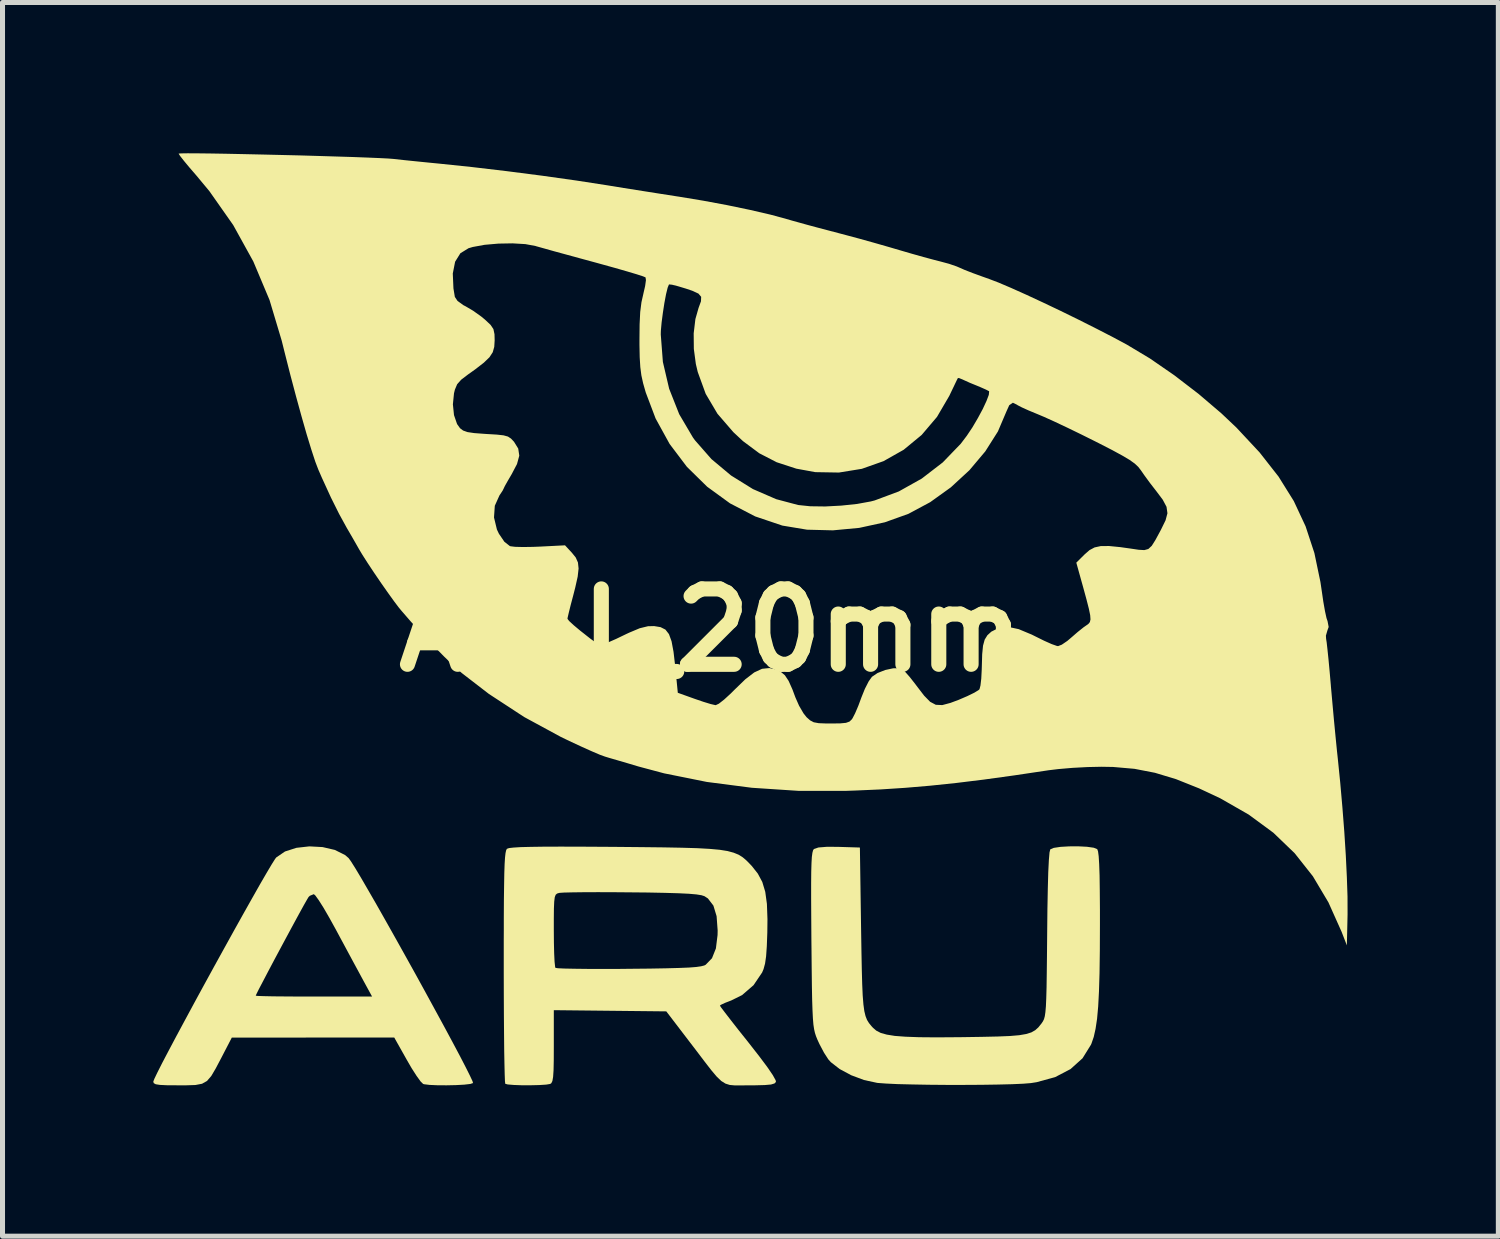
<source format=kicad_pcb>
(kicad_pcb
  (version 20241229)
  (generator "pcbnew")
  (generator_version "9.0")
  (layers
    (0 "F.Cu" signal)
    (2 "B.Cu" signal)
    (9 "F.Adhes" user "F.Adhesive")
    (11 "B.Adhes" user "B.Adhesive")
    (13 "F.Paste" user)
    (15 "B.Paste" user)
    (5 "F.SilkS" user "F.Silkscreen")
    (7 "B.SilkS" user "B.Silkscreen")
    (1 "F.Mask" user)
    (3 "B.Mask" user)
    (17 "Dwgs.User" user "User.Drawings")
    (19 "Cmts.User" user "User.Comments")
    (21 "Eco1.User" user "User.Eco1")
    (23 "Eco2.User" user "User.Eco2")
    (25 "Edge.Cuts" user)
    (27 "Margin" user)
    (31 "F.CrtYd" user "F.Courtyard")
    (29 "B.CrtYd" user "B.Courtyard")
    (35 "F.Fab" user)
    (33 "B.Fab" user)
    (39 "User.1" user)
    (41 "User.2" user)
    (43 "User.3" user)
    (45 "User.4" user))
  (footprint "ARU_20mm"
    (layer "F.Cu")
    (at 11.093 9.489)
    (property "Reference" "ARU_20mm" (at 0 0 0) (layer "F.SilkS") (effects (font (size 1.5 1.5) (thickness 0.3))))
    (attr board_only exclude_from_pos_files exclude_from_bom)
    (fp_poly (pts (xy -7.725 4.315) (xy -7.48 4.372) (xy -7.278 4.473) (xy -7.207 4.534) (xy -7.16 4.599) (xy -7.076 4.732) (xy -6.961 4.924) (xy -6.82 5.167) (xy -6.656 5.451) (xy -6.476 5.769) (xy -6.283 6.112) (xy -6.083 6.47) (xy -5.88 6.835) (xy -5.68 7.199) (xy -5.487 7.553) (xy -5.305 7.887) (xy -5.14 8.194) (xy -4.996 8.465) (xy -4.879 8.691) (xy -4.793 8.863) (xy -4.742 8.972) (xy -4.731 9.01) (xy -4.785 9.028) (xy -4.906 9.042) (xy -5.071 9.051) (xy -5.256 9.055) (xy -5.439 9.054) (xy -5.595 9.047) (xy -5.703 9.034) (xy -5.724 9.028) (xy -5.774 8.979) (xy -5.855 8.867) (xy -5.955 8.711) (xy -6.047 8.552) (xy -6.299 8.104) (xy -7.915 8.105) (xy -9.531 8.106) (xy -9.734 8.498) (xy -9.85 8.718) (xy -9.94 8.871) (xy -10.025 8.969) (xy -10.123 9.024) (xy -10.254 9.049) (xy -10.435 9.055) (xy -10.595 9.055) (xy -10.815 9.054) (xy -10.96 9.047) (xy -11.044 9.034) (xy -11.084 9.012) (xy -11.093 8.981) (xy -11.071 8.924) (xy -11.01 8.797) (xy -10.915 8.609) (xy -10.789 8.369) (xy -10.639 8.086) (xy -10.468 7.768) (xy -10.283 7.425) (xy -10.2 7.272) (xy -9.055 7.272) (xy -9.012 7.277) (xy -8.89 7.281) (xy -8.702 7.285) (xy -8.459 7.287) (xy -8.173 7.289) (xy -7.898 7.289) (xy -6.74 7.289) (xy -6.919 6.961) (xy -7.002 6.807) (xy -7.117 6.595) (xy -7.25 6.348) (xy -7.39 6.088) (xy -7.468 5.943) (xy -7.593 5.717) (xy -7.706 5.522) (xy -7.801 5.372) (xy -7.869 5.278) (xy -7.899 5.252) (xy -7.978 5.284) (xy -8.004 5.309) (xy -8.035 5.361) (xy -8.101 5.477) (xy -8.194 5.646) (xy -8.306 5.852) (xy -8.431 6.084) (xy -8.561 6.326) (xy -8.69 6.567) (xy -8.809 6.792) (xy -8.912 6.989) (xy -8.993 7.143) (xy -9.042 7.242) (xy -9.055 7.272) (xy -10.2 7.272) (xy -10.087 7.065) (xy -9.886 6.698) (xy -9.684 6.332) (xy -9.487 5.976) (xy -9.299 5.639) (xy -9.125 5.33) (xy -8.971 5.058) (xy -8.84 4.832) (xy -8.738 4.66) (xy -8.67 4.552) (xy -8.646 4.521) (xy -8.473 4.403) (xy -8.246 4.33) (xy -7.988 4.301)) (stroke (width 0) (type solid)) (fill yes) (layer "F.SilkS"))
    (fp_poly (pts (xy 7.485 4.309) (xy 7.619 4.328) (xy 7.688 4.356) (xy 7.704 4.399) (xy 7.717 4.496) (xy 7.727 4.655) (xy 7.735 4.881) (xy 7.739 5.18) (xy 7.742 5.559) (xy 7.742 5.862) (xy 7.74 6.382) (xy 7.734 6.821) (xy 7.723 7.186) (xy 7.707 7.487) (xy 7.685 7.732) (xy 7.655 7.931) (xy 7.619 8.092) (xy 7.574 8.223) (xy 7.563 8.248) (xy 7.396 8.517) (xy 7.157 8.732) (xy 6.851 8.892) (xy 6.482 8.993) (xy 6.367 9.011) (xy 6.218 9.023) (xy 5.995 9.033) (xy 5.714 9.04) (xy 5.391 9.045) (xy 5.043 9.047) (xy 4.685 9.047) (xy 4.334 9.044) (xy 4.006 9.038) (xy 3.717 9.031) (xy 3.484 9.02) (xy 3.322 9.008) (xy 3.307 9.006) (xy 3.049 8.95) (xy 2.792 8.854) (xy 2.563 8.731) (xy 2.387 8.594) (xy 2.338 8.539) (xy 2.252 8.406) (xy 2.162 8.236) (xy 2.119 8.143) (xy 2.093 8.078) (xy 2.072 8.014) (xy 2.055 7.939) (xy 2.041 7.845) (xy 2.031 7.722) (xy 2.023 7.56) (xy 2.016 7.35) (xy 2.011 7.082) (xy 2.007 6.746) (xy 2.003 6.333) (xy 2.001 6.154) (xy 1.998 5.703) (xy 1.996 5.333) (xy 1.996 5.038) (xy 1.998 4.808) (xy 2.003 4.636) (xy 2.01 4.512) (xy 2.021 4.43) (xy 2.034 4.38) (xy 2.051 4.354) (xy 2.052 4.353) (xy 2.141 4.323) (xy 2.316 4.309) (xy 2.542 4.311) (xy 2.966 4.324) (xy 2.99 5.954) (xy 2.997 6.395) (xy 3.004 6.755) (xy 3.012 7.043) (xy 3.022 7.27) (xy 3.036 7.445) (xy 3.054 7.578) (xy 3.078 7.677) (xy 3.108 7.754) (xy 3.147 7.817) (xy 3.195 7.876) (xy 3.226 7.91) (xy 3.292 7.967) (xy 3.379 8.012) (xy 3.499 8.046) (xy 3.66 8.072) (xy 3.872 8.088) (xy 4.145 8.098) (xy 4.487 8.101) (xy 4.908 8.098) (xy 5.003 8.097) (xy 5.395 8.091) (xy 5.708 8.084) (xy 5.952 8.074) (xy 6.138 8.058) (xy 6.276 8.034) (xy 6.378 8.002) (xy 6.455 7.958) (xy 6.517 7.902) (xy 6.575 7.83) (xy 6.584 7.818) (xy 6.608 7.782) (xy 6.629 7.739) (xy 6.645 7.681) (xy 6.657 7.599) (xy 6.667 7.483) (xy 6.674 7.323) (xy 6.68 7.111) (xy 6.684 6.836) (xy 6.688 6.49) (xy 6.692 6.063) (xy 6.692 6.054) (xy 6.697 5.554) (xy 6.705 5.139) (xy 6.714 4.811) (xy 6.726 4.572) (xy 6.739 4.421) (xy 6.754 4.36) (xy 6.823 4.331) (xy 6.956 4.311) (xy 7.127 4.301) (xy 7.312 4.3)) (stroke (width 0) (type solid)) (fill yes) (layer "F.SilkS"))
    (fp_poly (pts (xy -2.567 4.307) (xy -2.07 4.31) (xy -1.916 4.311) (xy -1.388 4.316) (xy -0.943 4.321) (xy -0.573 4.328) (xy -0.268 4.337) (xy -0.021 4.351) (xy 0.177 4.369) (xy 0.333 4.394) (xy 0.455 4.427) (xy 0.553 4.467) (xy 0.634 4.518) (xy 0.706 4.579) (xy 0.778 4.652) (xy 0.814 4.69) (xy 0.935 4.843) (xy 1.024 5.009) (xy 1.083 5.205) (xy 1.116 5.446) (xy 1.127 5.75) (xy 1.124 6.014) (xy 1.114 6.287) (xy 1.1 6.487) (xy 1.079 6.633) (xy 1.049 6.743) (xy 1.021 6.81) (xy 0.85 7.063) (xy 0.622 7.26) (xy 0.408 7.366) (xy 0.282 7.415) (xy 0.199 7.454) (xy 0.181 7.47) (xy 0.208 7.511) (xy 0.284 7.611) (xy 0.399 7.76) (xy 0.545 7.947) (xy 0.715 8.16) (xy 0.752 8.207) (xy 0.96 8.473) (xy 1.122 8.689) (xy 1.233 8.852) (xy 1.29 8.955) (xy 1.296 8.988) (xy 1.267 9.018) (xy 1.198 9.039) (xy 1.074 9.05) (xy 0.882 9.055) (xy 0.767 9.055) (xy 0.604 9.057) (xy 0.477 9.057) (xy 0.377 9.048) (xy 0.291 9.021) (xy 0.208 8.969) (xy 0.118 8.883) (xy 0.01 8.755) (xy -0.128 8.577) (xy -0.307 8.341) (xy -0.419 8.195) (xy -0.886 7.584) (xy -2.005 7.572) (xy -3.124 7.56) (xy -3.124 8.28) (xy -3.125 8.556) (xy -3.129 8.754) (xy -3.138 8.887) (xy -3.152 8.969) (xy -3.173 9.012) (xy -3.196 9.028) (xy -3.275 9.041) (xy -3.413 9.05) (xy -3.583 9.054) (xy -3.761 9.054) (xy -3.922 9.048) (xy -4.04 9.038) (xy -4.09 9.025) (xy -4.096 8.975) (xy -4.101 8.843) (xy -4.106 8.638) (xy -4.111 8.369) (xy -4.114 8.043) (xy -4.117 7.671) (xy -4.119 7.26) (xy -4.12 6.818) (xy -4.12 6.699) (xy -4.12 6.174) (xy -4.119 5.97) (xy -3.124 5.97) (xy -3.122 6.216) (xy -3.117 6.43) (xy -3.109 6.595) (xy -3.098 6.696) (xy -3.092 6.718) (xy -3.04 6.726) (xy -2.909 6.732) (xy -2.709 6.736) (xy -2.453 6.739) (xy -2.15 6.74) (xy -1.813 6.739) (xy -1.631 6.737) (xy -1.219 6.733) (xy -0.889 6.727) (xy -0.63 6.72) (xy -0.434 6.712) (xy -0.292 6.701) (xy -0.194 6.687) (xy -0.131 6.671) (xy -0.102 6.656) (xy 0.023 6.527) (xy 0.101 6.332) (xy 0.134 6.065) (xy 0.136 5.976) (xy 0.115 5.69) (xy 0.051 5.479) (xy -0.058 5.337) (xy -0.127 5.292) (xy -0.186 5.273) (xy -0.285 5.257) (xy -0.433 5.244) (xy -0.638 5.234) (xy -0.91 5.226) (xy -1.257 5.219) (xy -1.583 5.216) (xy -1.926 5.213) (xy -2.244 5.212) (xy -2.523 5.213) (xy -2.752 5.216) (xy -2.919 5.22) (xy -3.01 5.226) (xy -3.02 5.228) (xy -3.059 5.24) (xy -3.087 5.264) (xy -3.105 5.312) (xy -3.116 5.4) (xy -3.122 5.539) (xy -3.124 5.744) (xy -3.124 5.97) (xy -4.119 5.97) (xy -4.119 5.732) (xy -4.117 5.366) (xy -4.113 5.07) (xy -4.109 4.836) (xy -4.103 4.657) (xy -4.095 4.527) (xy -4.085 4.437) (xy -4.073 4.381) (xy -4.059 4.352) (xy -4.055 4.349) (xy -4.015 4.335) (xy -3.928 4.325) (xy -3.786 4.316) (xy -3.586 4.311) (xy -3.319 4.307) (xy -2.982 4.306)) (stroke (width 0) (type solid)) (fill yes) (layer "F.SilkS"))
    (fp_poly (pts (xy -10.212 -9.488) (xy -9.956 -9.485) (xy -9.652 -9.48) (xy -9.313 -9.473) (xy -8.948 -9.465) (xy -8.569 -9.456) (xy -8.186 -9.447) (xy -7.811 -9.436) (xy -7.453 -9.425) (xy -7.124 -9.415) (xy -6.835 -9.404) (xy -6.597 -9.394) (xy -6.42 -9.385) (xy -6.316 -9.377) (xy -6.117 -9.355) (xy -5.864 -9.329) (xy -5.595 -9.302) (xy -5.411 -9.284) (xy -4.758 -9.216) (xy -4.063 -9.134) (xy -3.357 -9.043) (xy -2.675 -8.947) (xy -2.06 -8.852) (xy -1.736 -8.799) (xy -1.369 -8.741) (xy -1.002 -8.683) (xy -0.675 -8.632) (xy -0.634 -8.626) (xy -0.151 -8.546) (xy 0.327 -8.457) (xy 0.778 -8.363) (xy 1.18 -8.27) (xy 1.471 -8.192) (xy 1.622 -8.148) (xy 1.763 -8.109) (xy 1.914 -8.067) (xy 2.092 -8.019) (xy 2.316 -7.96) (xy 2.604 -7.884) (xy 2.717 -7.854) (xy 2.96 -7.789) (xy 3.25 -7.708) (xy 3.547 -7.623) (xy 3.758 -7.561) (xy 3.998 -7.491) (xy 4.232 -7.425) (xy 4.433 -7.371) (xy 4.573 -7.335) (xy 4.74 -7.29) (xy 4.891 -7.238) (xy 4.954 -7.211) (xy 5.052 -7.168) (xy 5.211 -7.106) (xy 5.406 -7.035) (xy 5.541 -6.987) (xy 5.724 -6.917) (xy 5.973 -6.811) (xy 6.272 -6.677) (xy 6.606 -6.522) (xy 6.961 -6.353) (xy 7.322 -6.176) (xy 7.674 -5.999) (xy 8.002 -5.83) (xy 8.276 -5.683) (xy 8.738 -5.406) (xy 9.222 -5.072) (xy 9.704 -4.702) (xy 10.158 -4.315) (xy 10.459 -4.03) (xy 10.918 -3.538) (xy 11.296 -3.056) (xy 11.599 -2.57) (xy 11.834 -2.067) (xy 12.009 -1.535) (xy 12.129 -0.96) (xy 12.156 -0.778) (xy 12.187 -0.565) (xy 12.22 -0.378) (xy 12.25 -0.241) (xy 12.271 -0.18) (xy 12.293 -0.064) (xy 12.269 0.002) (xy 12.238 0.108) (xy 12.242 0.171) (xy 12.253 0.24) (xy 12.269 0.382) (xy 12.29 0.584) (xy 12.313 0.83) (xy 12.337 1.103) (xy 12.337 1.109) (xy 12.366 1.433) (xy 12.397 1.776) (xy 12.429 2.108) (xy 12.458 2.4) (xy 12.475 2.558) (xy 12.523 3.032) (xy 12.566 3.522) (xy 12.604 4.01) (xy 12.634 4.481) (xy 12.655 4.915) (xy 12.668 5.297) (xy 12.669 5.61) (xy 12.669 5.66) (xy 12.655 6.271) (xy 12.55 6) (xy 12.288 5.415) (xy 11.979 4.896) (xy 11.616 4.437) (xy 11.193 4.03) (xy 10.701 3.668) (xy 10.135 3.344) (xy 9.715 3.147) (xy 9.257 2.964) (xy 8.837 2.837) (xy 8.429 2.758) (xy 8.004 2.721) (xy 7.771 2.717) (xy 7.493 2.723) (xy 7.194 2.739) (xy 6.915 2.763) (xy 6.724 2.786) (xy 6.042 2.888) (xy 5.433 2.972) (xy 4.879 3.04) (xy 4.362 3.094) (xy 3.868 3.136) (xy 3.378 3.168) (xy 2.876 3.19) (xy 2.671 3.197) (xy 1.739 3.196) (xy 0.816 3.135) (xy -0.079 3.019) (xy -0.929 2.848) (xy -1.438 2.712) (xy -1.656 2.647) (xy -1.861 2.587) (xy -2.026 2.539) (xy -2.105 2.515) (xy -2.207 2.478) (xy -2.371 2.408) (xy -2.58 2.314) (xy -2.817 2.204) (xy -2.988 2.121) (xy -3.714 1.727) (xy -4.417 1.267) (xy -4.954 0.853) (xy -5.111 0.713) (xy -5.309 0.522) (xy -5.529 0.298) (xy -5.755 0.061) (xy -5.969 -0.172) (xy -6.152 -0.383) (xy -6.21 -0.453) (xy -6.299 -0.571) (xy -6.42 -0.739) (xy -6.559 -0.937) (xy -6.7 -1.144) (xy -6.83 -1.34) (xy -6.934 -1.503) (xy -6.997 -1.608) (xy -7.043 -1.689) (xy -7.119 -1.822) (xy -7.213 -1.984) (xy -7.243 -2.035) (xy -7.396 -2.314) (xy -7.559 -2.641) (xy -7.739 -3.034) (xy -7.808 -3.192) (xy -7.87 -3.354) (xy -7.948 -3.592) (xy -8.041 -3.896) (xy -8.143 -4.253) (xy -8.253 -4.653) (xy -8.367 -5.083) (xy -8.481 -5.532) (xy -8.538 -5.761) (xy -8.78 -6.569) (xy -9.002 -7.097) (xy -5.134 -7.097) (xy -5.121 -6.8) (xy -5.093 -6.631) (xy -5.04 -6.552) (xy -4.925 -6.468) (xy -4.88 -6.445) (xy -4.729 -6.356) (xy -4.565 -6.239) (xy -4.494 -6.18) (xy -4.383 -6.076) (xy -4.326 -5.992) (xy -4.304 -5.889) (xy -4.301 -5.767) (xy -4.309 -5.638) (xy -4.339 -5.531) (xy -4.404 -5.431) (xy -4.516 -5.323) (xy -4.685 -5.192) (xy -4.831 -5.088) (xy -4.967 -4.984) (xy -5.047 -4.894) (xy -5.092 -4.787) (xy -5.11 -4.714) (xy -5.132 -4.494) (xy -5.11 -4.28) (xy -5.049 -4.102) (xy -4.99 -4.019) (xy -4.929 -3.973) (xy -4.842 -3.942) (xy -4.708 -3.922) (xy -4.507 -3.907) (xy -4.462 -3.904) (xy -4.259 -3.892) (xy -4.124 -3.877) (xy -4.037 -3.853) (xy -3.976 -3.813) (xy -3.919 -3.753) (xy -3.915 -3.748) (xy -3.832 -3.614) (xy -3.811 -3.473) (xy -3.856 -3.307) (xy -3.962 -3.105) (xy -4.041 -2.97) (xy -4.098 -2.869) (xy -4.12 -2.823) (xy -4.12 -2.822) (xy -4.143 -2.776) (xy -4.2 -2.69) (xy -4.206 -2.681) (xy -4.298 -2.476) (xy -4.314 -2.243) (xy -4.256 -2.003) (xy -4.216 -1.919) (xy -4.107 -1.759) (xy -4 -1.675) (xy -3.984 -1.67) (xy -3.893 -1.659) (xy -3.736 -1.655) (xy -3.538 -1.658) (xy -3.386 -1.664) (xy -2.901 -1.689) (xy -2.764 -1.541) (xy -2.688 -1.447) (xy -2.644 -1.348) (xy -2.631 -1.227) (xy -2.649 -1.066) (xy -2.698 -0.847) (xy -2.739 -0.687) (xy -2.788 -0.502) (xy -2.826 -0.349) (xy -2.849 -0.25) (xy -2.852 -0.226) (xy -2.819 -0.183) (xy -2.729 -0.1) (xy -2.6 0.008) (xy -2.53 0.063) (xy -2.401 0.165) (xy -2.306 0.234) (xy -2.226 0.269) (xy -2.141 0.271) (xy -2.034 0.239) (xy -1.884 0.173) (xy -1.674 0.072) (xy -1.622 0.048) (xy -1.415 -0.039) (xy -1.251 -0.079) (xy -1.128 -0.082) (xy -1 -0.061) (xy -0.903 -0.012) (xy -0.833 0.078) (xy -0.781 0.221) (xy -0.742 0.431) (xy -0.71 0.705) (xy -0.657 1.245) (xy -0.317 1.367) (xy -0.147 1.425) (xy -0.003 1.469) (xy 0.088 1.49) (xy 0.098 1.491) (xy 0.16 1.462) (xy 0.266 1.379) (xy 0.397 1.259) (xy 0.473 1.183) (xy 0.686 0.977) (xy 0.864 0.84) (xy 1.019 0.768) (xy 1.165 0.753) (xy 1.284 0.779) (xy 1.39 0.826) (xy 1.474 0.897) (xy 1.548 1.009) (xy 1.624 1.179) (xy 1.682 1.335) (xy 1.756 1.503) (xy 1.844 1.654) (xy 1.905 1.731) (xy 1.976 1.794) (xy 2.048 1.832) (xy 2.148 1.85) (xy 2.301 1.856) (xy 2.391 1.856) (xy 2.574 1.854) (xy 2.689 1.843) (xy 2.759 1.818) (xy 2.805 1.774) (xy 2.821 1.75) (xy 2.871 1.653) (xy 2.935 1.503) (xy 2.996 1.338) (xy 3.065 1.167) (xy 3.141 1.018) (xy 3.206 0.927) (xy 3.317 0.852) (xy 3.469 0.792) (xy 3.628 0.758) (xy 3.76 0.756) (xy 3.803 0.77) (xy 3.862 0.823) (xy 3.956 0.929) (xy 4.066 1.069) (xy 4.095 1.108) (xy 4.243 1.301) (xy 4.363 1.424) (xy 4.476 1.484) (xy 4.605 1.49) (xy 4.769 1.446) (xy 4.932 1.385) (xy 5.104 1.311) (xy 5.245 1.242) (xy 5.332 1.188) (xy 5.346 1.173) (xy 5.365 1.1) (xy 5.381 0.963) (xy 5.39 0.786) (xy 5.392 0.724) (xy 5.399 0.48) (xy 5.416 0.307) (xy 5.449 0.187) (xy 5.503 0.1) (xy 5.582 0.028) (xy 5.585 0.027) (xy 5.737 -0.05) (xy 5.913 -0.067) (xy 6.126 -0.021) (xy 6.387 0.088) (xy 6.461 0.125) (xy 6.633 0.21) (xy 6.781 0.276) (xy 6.883 0.312) (xy 6.908 0.317) (xy 6.983 0.288) (xy 7.092 0.214) (xy 7.171 0.147) (xy 7.299 0.036) (xy 7.418 -0.059) (xy 7.47 -0.095) (xy 7.514 -0.127) (xy 7.542 -0.162) (xy 7.554 -0.215) (xy 7.548 -0.299) (xy 7.522 -0.426) (xy 7.475 -0.61) (xy 7.406 -0.863) (xy 7.374 -0.977) (xy 7.272 -1.344) (xy 7.438 -1.509) (xy 7.534 -1.593) (xy 7.635 -1.647) (xy 7.759 -1.674) (xy 7.924 -1.675) (xy 8.147 -1.653) (xy 8.354 -1.624) (xy 8.515 -1.6) (xy 8.626 -1.594) (xy 8.705 -1.616) (xy 8.773 -1.679) (xy 8.846 -1.795) (xy 8.944 -1.976) (xy 8.961 -2.009) (xy 9.048 -2.187) (xy 9.085 -2.327) (xy 9.067 -2.455) (xy 8.992 -2.596) (xy 8.862 -2.769) (xy 8.741 -2.925) (xy 8.626 -3.082) (xy 8.556 -3.183) (xy 8.505 -3.249) (xy 8.435 -3.315) (xy 8.333 -3.388) (xy 8.188 -3.474) (xy 7.988 -3.583) (xy 7.721 -3.72) (xy 7.648 -3.757) (xy 7.373 -3.894) (xy 7.099 -4.027) (xy 6.845 -4.147) (xy 6.633 -4.243) (xy 6.493 -4.302) (xy 6.324 -4.372) (xy 6.187 -4.434) (xy 6.104 -4.477) (xy 6.092 -4.486) (xy 6.01 -4.526) (xy 5.938 -4.477) (xy 5.884 -4.358) (xy 5.712 -3.954) (xy 5.461 -3.558) (xy 5.145 -3.183) (xy 4.775 -2.842) (xy 4.364 -2.547) (xy 3.931 -2.315) (xy 3.462 -2.147) (xy 2.953 -2.036) (xy 2.429 -1.987) (xy 1.914 -2) (xy 1.433 -2.08) (xy 1.422 -2.082) (xy 0.883 -2.264) (xy 0.382 -2.524) (xy -0.073 -2.855) (xy -0.476 -3.251) (xy -0.82 -3.706) (xy -1.099 -4.213) (xy -1.295 -4.731) (xy -1.347 -4.913) (xy -1.382 -5.072) (xy -1.403 -5.235) (xy -1.415 -5.428) (xy -1.42 -5.677) (xy -1.42 -5.773) (xy -1.419 -5.885) (xy -0.996 -5.885) (xy -0.954 -5.338) (xy -0.829 -4.804) (xy -0.629 -4.298) (xy -0.357 -3.836) (xy -0.315 -3.778) (xy 0.012 -3.405) (xy 0.403 -3.078) (xy 0.838 -2.808) (xy 1.301 -2.607) (xy 1.737 -2.491) (xy 1.978 -2.466) (xy 2.275 -2.462) (xy 2.595 -2.479) (xy 2.909 -2.512) (xy 3.183 -2.562) (xy 3.26 -2.582) (xy 3.74 -2.761) (xy 4.197 -3.017) (xy 4.614 -3.338) (xy 4.972 -3.709) (xy 5.092 -3.867) (xy 5.205 -4.036) (xy 5.313 -4.22) (xy 5.41 -4.4) (xy 5.485 -4.561) (xy 5.531 -4.683) (xy 5.538 -4.751) (xy 5.534 -4.756) (xy 5.475 -4.787) (xy 5.364 -4.836) (xy 5.297 -4.864) (xy 5.157 -4.921) (xy 5.042 -4.973) (xy 5.01 -4.988) (xy 4.938 -5.017) (xy 4.916 -5.017) (xy 4.893 -4.973) (xy 4.842 -4.866) (xy 4.771 -4.718) (xy 4.745 -4.663) (xy 4.5 -4.244) (xy 4.195 -3.885) (xy 3.837 -3.59) (xy 3.437 -3.364) (xy 3.005 -3.211) (xy 2.549 -3.137) (xy 2.079 -3.145) (xy 1.702 -3.214) (xy 1.31 -3.342) (xy 0.965 -3.52) (xy 0.64 -3.762) (xy 0.449 -3.94) (xy 0.132 -4.307) (xy -0.102 -4.703) (xy -0.26 -5.137) (xy -0.298 -5.297) (xy -0.338 -5.597) (xy -0.341 -5.906) (xy -0.307 -6.191) (xy -0.244 -6.412) (xy -0.196 -6.544) (xy -0.192 -6.633) (xy -0.246 -6.697) (xy -0.367 -6.753) (xy -0.497 -6.797) (xy -0.653 -6.844) (xy -0.771 -6.874) (xy -0.83 -6.88) (xy -0.833 -6.879) (xy -0.859 -6.815) (xy -0.891 -6.685) (xy -0.924 -6.51) (xy -0.954 -6.315) (xy -0.979 -6.124) (xy -0.994 -5.958) (xy -0.996 -5.885) (xy -1.419 -5.885) (xy -1.417 -6.086) (xy -1.405 -6.331) (xy -1.38 -6.527) (xy -1.342 -6.695) (xy -1.342 -6.696) (xy -1.307 -6.848) (xy -1.291 -6.965) (xy -1.299 -7.02) (xy -1.352 -7.042) (xy -1.479 -7.083) (xy -1.667 -7.139) (xy -1.903 -7.207) (xy -2.174 -7.282) (xy -2.286 -7.313) (xy -2.584 -7.394) (xy -2.869 -7.472) (xy -3.122 -7.541) (xy -3.328 -7.599) (xy -3.468 -7.638) (xy -3.491 -7.645) (xy -3.69 -7.682) (xy -3.946 -7.697) (xy -4.227 -7.692) (xy -4.501 -7.668) (xy -4.736 -7.625) (xy -4.821 -7.6) (xy -4.983 -7.5) (xy -5.088 -7.331) (xy -5.134 -7.097) (xy -9.002 -7.097) (xy -9.103 -7.337) (xy -9.503 -8.061) (xy -9.978 -8.737) (xy -10.235 -9.046) (xy -10.375 -9.208) (xy -10.487 -9.343) (xy -10.562 -9.439) (xy -10.589 -9.482) (xy -10.589 -9.483) (xy -10.539 -9.487) (xy -10.41 -9.489)) (stroke (width 0) (type solid)) (fill yes) (layer "F.SilkS")))
  (gr_rect
    (start -3 -3)
    (end 26.762 21.546)
    (stroke (width 0.1) (type default))
    (fill no)
    (layer "Edge.Cuts")))
</source>
